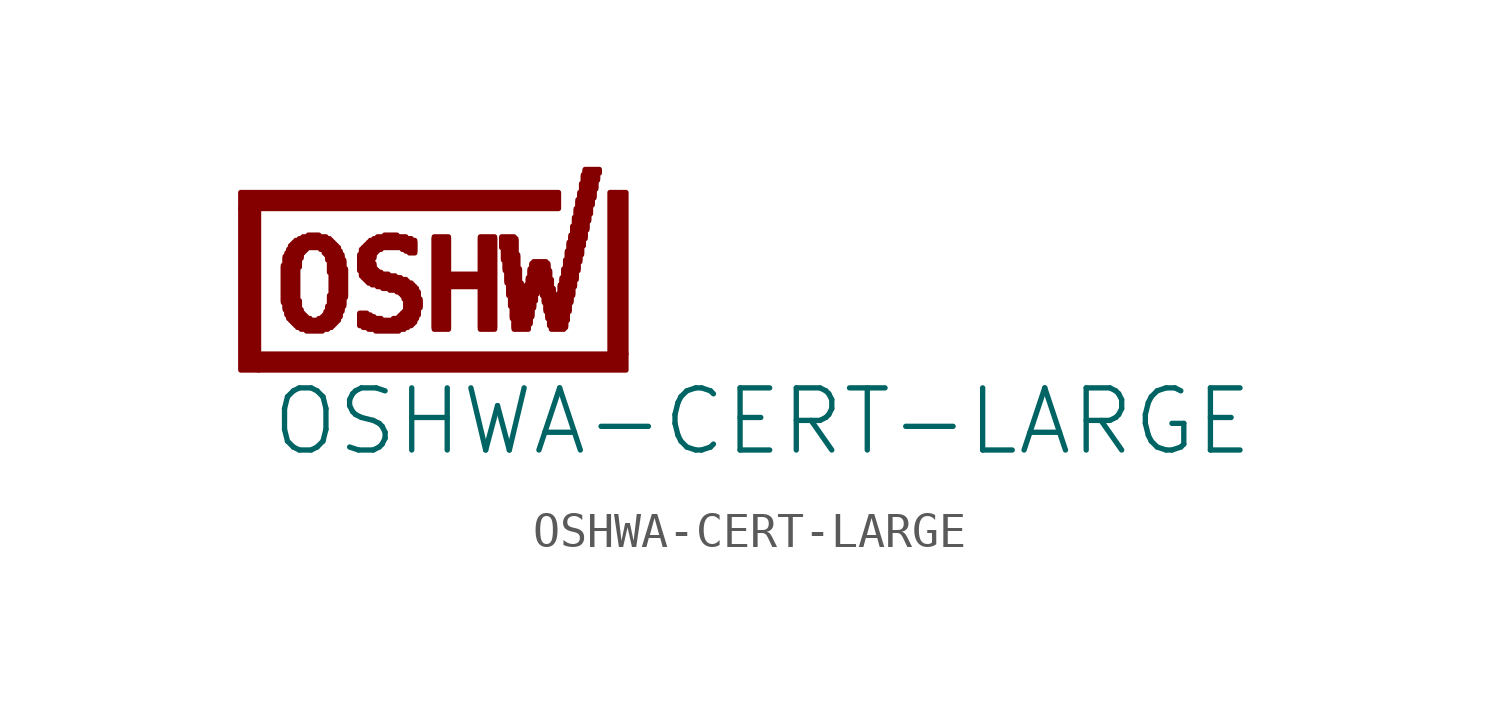
<source format=kicad_sym>
(kicad_symbol_lib
  (version 20211014)
  (generator kicad_symbol_editor)
  (symbol "OSHWA-CERT-LARGE"
    (property "Reference" "LABEL"
      (at 0 0 0)
      (effects (font (size 1.27 1.27)) hide))
    (property "Value" "OSHWA-CERT-LARGE"
      (at -4.699 -2.54 0)
      (effects (font (size 1.778 1.778)) (justify left bottom)))
    (property "ki_locked" ""
      (at 0 0 0)
      (effects (font (size 1.27 1.27))))
    (symbol "OSHWA-CERT-LARGE_1_0"
      (rectangle (start -5.512 -0.025) (end -5.004 4.597) (stroke (width 0) (type default) (color 0 0 0 0)) (fill (type outline)))
      (rectangle (start -5.512 4.597) (end 3.581 5.055) (stroke (width 0) (type default) (color 0 0 0 0)) (fill (type outline)))
      (rectangle (start -5.004 -0.025) (end 5.512 0.432) (stroke (width 0) (type default) (color 0 0 0 0)) (fill (type outline)))
      (rectangle (start -4.293 1.905) (end -3.835 1.956) (stroke (width 0) (type default) (color 0 0 0 0)) (fill (type outline)))
      (rectangle (start -4.293 1.956) (end -3.886 2.007) (stroke (width 0) (type default) (color 0 0 0 0)) (fill (type outline)))
      (rectangle (start -4.293 2.007) (end -3.886 2.057) (stroke (width 0) (type default) (color 0 0 0 0)) (fill (type outline)))
      (rectangle (start -4.293 2.057) (end -3.886 2.108) (stroke (width 0) (type default) (color 0 0 0 0)) (fill (type outline)))
      (rectangle (start -4.293 2.108) (end -3.886 2.159) (stroke (width 0) (type default) (color 0 0 0 0)) (fill (type outline)))
      (rectangle (start -4.293 2.159) (end -3.886 2.21) (stroke (width 0) (type default) (color 0 0 0 0)) (fill (type outline)))
      (rectangle (start -4.293 2.21) (end -3.886 2.261) (stroke (width 0) (type default) (color 0 0 0 0)) (fill (type outline)))
      (rectangle (start -4.293 2.261) (end -3.886 2.311) (stroke (width 0) (type default) (color 0 0 0 0)) (fill (type outline)))
      (rectangle (start -4.293 2.311) (end -3.886 2.362) (stroke (width 0) (type default) (color 0 0 0 0)) (fill (type outline)))
      (rectangle (start -4.293 2.362) (end -3.886 2.413) (stroke (width 0) (type default) (color 0 0 0 0)) (fill (type outline)))
      (rectangle (start -4.293 2.413) (end -3.886 2.464) (stroke (width 0) (type default) (color 0 0 0 0)) (fill (type outline)))
      (rectangle (start -4.293 2.464) (end -3.886 2.515) (stroke (width 0) (type default) (color 0 0 0 0)) (fill (type outline)))
      (rectangle (start -4.293 2.515) (end -3.886 2.565) (stroke (width 0) (type default) (color 0 0 0 0)) (fill (type outline)))
      (rectangle (start -4.293 2.565) (end -3.886 2.616) (stroke (width 0) (type default) (color 0 0 0 0)) (fill (type outline)))
      (rectangle (start -4.293 2.616) (end -3.886 2.667) (stroke (width 0) (type default) (color 0 0 0 0)) (fill (type outline)))
      (rectangle (start -4.293 2.667) (end -3.886 2.718) (stroke (width 0) (type default) (color 0 0 0 0)) (fill (type outline)))
      (rectangle (start -4.293 2.718) (end -3.886 2.769) (stroke (width 0) (type default) (color 0 0 0 0)) (fill (type outline)))
      (rectangle (start -4.293 2.769) (end -3.886 2.819) (stroke (width 0) (type default) (color 0 0 0 0)) (fill (type outline)))
      (rectangle (start -4.293 2.819) (end -3.886 2.87) (stroke (width 0) (type default) (color 0 0 0 0)) (fill (type outline)))
      (rectangle (start -4.293 2.87) (end -3.886 2.921) (stroke (width 0) (type default) (color 0 0 0 0)) (fill (type outline)))
      (rectangle (start -4.293 2.921) (end -3.835 2.972) (stroke (width 0) (type default) (color 0 0 0 0)) (fill (type outline)))
      (rectangle (start -4.242 1.702) (end -3.835 1.753) (stroke (width 0) (type default) (color 0 0 0 0)) (fill (type outline)))
      (rectangle (start -4.242 1.753) (end -3.835 1.803) (stroke (width 0) (type default) (color 0 0 0 0)) (fill (type outline)))
      (rectangle (start -4.242 1.803) (end -3.835 1.854) (stroke (width 0) (type default) (color 0 0 0 0)) (fill (type outline)))
      (rectangle (start -4.242 1.854) (end -3.835 1.905) (stroke (width 0) (type default) (color 0 0 0 0)) (fill (type outline)))
      (rectangle (start -4.242 2.972) (end -3.835 3.023) (stroke (width 0) (type default) (color 0 0 0 0)) (fill (type outline)))
      (rectangle (start -4.242 3.023) (end -3.835 3.073) (stroke (width 0) (type default) (color 0 0 0 0)) (fill (type outline)))
      (rectangle (start -4.242 3.073) (end -3.835 3.124) (stroke (width 0) (type default) (color 0 0 0 0)) (fill (type outline)))
      (rectangle (start -4.242 3.124) (end -3.835 3.175) (stroke (width 0) (type default) (color 0 0 0 0)) (fill (type outline)))
      (rectangle (start -4.242 3.175) (end -3.785 3.226) (stroke (width 0) (type default) (color 0 0 0 0)) (fill (type outline)))
      (rectangle (start -4.191 1.549) (end -3.734 1.6) (stroke (width 0) (type default) (color 0 0 0 0)) (fill (type outline)))
      (rectangle (start -4.191 1.6) (end -3.785 1.651) (stroke (width 0) (type default) (color 0 0 0 0)) (fill (type outline)))
      (rectangle (start -4.191 1.651) (end -3.785 1.702) (stroke (width 0) (type default) (color 0 0 0 0)) (fill (type outline)))
      (rectangle (start -4.191 3.226) (end -3.785 3.277) (stroke (width 0) (type default) (color 0 0 0 0)) (fill (type outline)))
      (rectangle (start -4.191 3.277) (end -3.785 3.327) (stroke (width 0) (type default) (color 0 0 0 0)) (fill (type outline)))
      (rectangle (start -4.14 1.448) (end -3.632 1.499) (stroke (width 0) (type default) (color 0 0 0 0)) (fill (type outline)))
      (rectangle (start -4.14 1.499) (end -3.683 1.549) (stroke (width 0) (type default) (color 0 0 0 0)) (fill (type outline)))
      (rectangle (start -4.14 3.327) (end -3.734 3.378) (stroke (width 0) (type default) (color 0 0 0 0)) (fill (type outline)))
      (rectangle (start -4.14 3.378) (end -3.683 3.429) (stroke (width 0) (type default) (color 0 0 0 0)) (fill (type outline)))
      (rectangle (start -4.089 1.397) (end -3.531 1.448) (stroke (width 0) (type default) (color 0 0 0 0)) (fill (type outline)))
      (rectangle (start -4.089 3.429) (end -3.632 3.48) (stroke (width 0) (type default) (color 0 0 0 0)) (fill (type outline)))
      (rectangle (start -4.089 3.48) (end -2.769 3.531) (stroke (width 0) (type default) (color 0 0 0 0)) (fill (type outline)))
      (rectangle (start -4.039 1.346) (end -2.769 1.397) (stroke (width 0) (type default) (color 0 0 0 0)) (fill (type outline)))
      (rectangle (start -4.039 3.531) (end -2.819 3.581) (stroke (width 0) (type default) (color 0 0 0 0)) (fill (type outline)))
      (rectangle (start -3.988 1.295) (end -2.819 1.346) (stroke (width 0) (type default) (color 0 0 0 0)) (fill (type outline)))
      (rectangle (start -3.988 3.581) (end -2.87 3.632) (stroke (width 0) (type default) (color 0 0 0 0)) (fill (type outline)))
      (rectangle (start -3.937 1.245) (end -2.87 1.295) (stroke (width 0) (type default) (color 0 0 0 0)) (fill (type outline)))
      (rectangle (start -3.937 3.632) (end -2.921 3.683) (stroke (width 0) (type default) (color 0 0 0 0)) (fill (type outline)))
      (rectangle (start -3.886 1.194) (end -2.921 1.245) (stroke (width 0) (type default) (color 0 0 0 0)) (fill (type outline)))
      (rectangle (start -3.835 3.683) (end -2.972 3.734) (stroke (width 0) (type default) (color 0 0 0 0)) (fill (type outline)))
      (rectangle (start -3.785 1.143) (end -3.023 1.194) (stroke (width 0) (type default) (color 0 0 0 0)) (fill (type outline)))
      (rectangle (start -3.734 3.734) (end -3.073 3.785) (stroke (width 0) (type default) (color 0 0 0 0)) (fill (type outline)))
      (rectangle (start -3.632 1.092) (end -3.175 1.143) (stroke (width 0) (type default) (color 0 0 0 0)) (fill (type outline)))
      (rectangle (start -3.581 3.785) (end -3.277 3.835) (stroke (width 0) (type default) (color 0 0 0 0)) (fill (type outline)))
      (rectangle (start -3.277 1.397) (end -2.718 1.448) (stroke (width 0) (type default) (color 0 0 0 0)) (fill (type outline)))
      (rectangle (start -3.226 3.429) (end -2.718 3.48) (stroke (width 0) (type default) (color 0 0 0 0)) (fill (type outline)))
      (rectangle (start -3.175 1.448) (end -2.718 1.499) (stroke (width 0) (type default) (color 0 0 0 0)) (fill (type outline)))
      (rectangle (start -3.124 1.499) (end -2.667 1.549) (stroke (width 0) (type default) (color 0 0 0 0)) (fill (type outline)))
      (rectangle (start -3.124 3.327) (end -2.667 3.378) (stroke (width 0) (type default) (color 0 0 0 0)) (fill (type outline)))
      (rectangle (start -3.124 3.378) (end -2.718 3.429) (stroke (width 0) (type default) (color 0 0 0 0)) (fill (type outline)))
      (rectangle (start -3.073 1.549) (end -2.667 1.6) (stroke (width 0) (type default) (color 0 0 0 0)) (fill (type outline)))
      (rectangle (start -3.073 1.6) (end -2.667 1.651) (stroke (width 0) (type default) (color 0 0 0 0)) (fill (type outline)))
      (rectangle (start -3.073 3.277) (end -2.667 3.327) (stroke (width 0) (type default) (color 0 0 0 0)) (fill (type outline)))
      (rectangle (start -3.023 1.651) (end -2.616 1.702) (stroke (width 0) (type default) (color 0 0 0 0)) (fill (type outline)))
      (rectangle (start -3.023 1.702) (end -2.616 1.753) (stroke (width 0) (type default) (color 0 0 0 0)) (fill (type outline)))
      (rectangle (start -3.023 1.753) (end -2.616 1.803) (stroke (width 0) (type default) (color 0 0 0 0)) (fill (type outline)))
      (rectangle (start -3.023 3.124) (end -2.616 3.175) (stroke (width 0) (type default) (color 0 0 0 0)) (fill (type outline)))
      (rectangle (start -3.023 3.175) (end -2.616 3.226) (stroke (width 0) (type default) (color 0 0 0 0)) (fill (type outline)))
      (rectangle (start -3.023 3.226) (end -2.616 3.277) (stroke (width 0) (type default) (color 0 0 0 0)) (fill (type outline)))
      (rectangle (start -2.972 1.803) (end -2.565 1.854) (stroke (width 0) (type default) (color 0 0 0 0)) (fill (type outline)))
      (rectangle (start -2.972 1.854) (end -2.565 1.905) (stroke (width 0) (type default) (color 0 0 0 0)) (fill (type outline)))
      (rectangle (start -2.972 1.905) (end -2.565 1.956) (stroke (width 0) (type default) (color 0 0 0 0)) (fill (type outline)))
      (rectangle (start -2.972 1.956) (end -2.565 2.007) (stroke (width 0) (type default) (color 0 0 0 0)) (fill (type outline)))
      (rectangle (start -2.972 2.007) (end -2.565 2.057) (stroke (width 0) (type default) (color 0 0 0 0)) (fill (type outline)))
      (rectangle (start -2.972 2.057) (end -2.515 2.108) (stroke (width 0) (type default) (color 0 0 0 0)) (fill (type outline)))
      (rectangle (start -2.972 2.769) (end -2.515 2.819) (stroke (width 0) (type default) (color 0 0 0 0)) (fill (type outline)))
      (rectangle (start -2.972 2.819) (end -2.515 2.87) (stroke (width 0) (type default) (color 0 0 0 0)) (fill (type outline)))
      (rectangle (start -2.972 2.87) (end -2.565 2.921) (stroke (width 0) (type default) (color 0 0 0 0)) (fill (type outline)))
      (rectangle (start -2.972 2.921) (end -2.565 2.972) (stroke (width 0) (type default) (color 0 0 0 0)) (fill (type outline)))
      (rectangle (start -2.972 2.972) (end -2.565 3.023) (stroke (width 0) (type default) (color 0 0 0 0)) (fill (type outline)))
      (rectangle (start -2.972 3.023) (end -2.565 3.073) (stroke (width 0) (type default) (color 0 0 0 0)) (fill (type outline)))
      (rectangle (start -2.972 3.073) (end -2.565 3.124) (stroke (width 0) (type default) (color 0 0 0 0)) (fill (type outline)))
      (rectangle (start -2.921 2.108) (end -2.515 2.159) (stroke (width 0) (type default) (color 0 0 0 0)) (fill (type outline)))
      (rectangle (start -2.921 2.159) (end -2.515 2.21) (stroke (width 0) (type default) (color 0 0 0 0)) (fill (type outline)))
      (rectangle (start -2.921 2.21) (end -2.515 2.261) (stroke (width 0) (type default) (color 0 0 0 0)) (fill (type outline)))
      (rectangle (start -2.921 2.261) (end -2.515 2.311) (stroke (width 0) (type default) (color 0 0 0 0)) (fill (type outline)))
      (rectangle (start -2.921 2.311) (end -2.515 2.362) (stroke (width 0) (type default) (color 0 0 0 0)) (fill (type outline)))
      (rectangle (start -2.921 2.362) (end -2.515 2.413) (stroke (width 0) (type default) (color 0 0 0 0)) (fill (type outline)))
      (rectangle (start -2.921 2.413) (end -2.515 2.464) (stroke (width 0) (type default) (color 0 0 0 0)) (fill (type outline)))
      (rectangle (start -2.921 2.464) (end -2.515 2.515) (stroke (width 0) (type default) (color 0 0 0 0)) (fill (type outline)))
      (rectangle (start -2.921 2.515) (end -2.515 2.565) (stroke (width 0) (type default) (color 0 0 0 0)) (fill (type outline)))
      (rectangle (start -2.921 2.565) (end -2.515 2.616) (stroke (width 0) (type default) (color 0 0 0 0)) (fill (type outline)))
      (rectangle (start -2.921 2.616) (end -2.515 2.667) (stroke (width 0) (type default) (color 0 0 0 0)) (fill (type outline)))
      (rectangle (start -2.921 2.667) (end -2.515 2.718) (stroke (width 0) (type default) (color 0 0 0 0)) (fill (type outline)))
      (rectangle (start -2.921 2.718) (end -2.515 2.769) (stroke (width 0) (type default) (color 0 0 0 0)) (fill (type outline)))
      (rectangle (start -2.108 1.245) (end -0.635 1.295) (stroke (width 0) (type default) (color 0 0 0 0)) (fill (type outline)))
      (rectangle (start -2.108 1.295) (end -0.584 1.346) (stroke (width 0) (type default) (color 0 0 0 0)) (fill (type outline)))
      (rectangle (start -2.108 1.346) (end -0.533 1.397) (stroke (width 0) (type default) (color 0 0 0 0)) (fill (type outline)))
      (rectangle (start -2.108 1.397) (end -1.499 1.448) (stroke (width 0) (type default) (color 0 0 0 0)) (fill (type outline)))
      (rectangle (start -2.108 1.448) (end -1.702 1.499) (stroke (width 0) (type default) (color 0 0 0 0)) (fill (type outline)))
      (rectangle (start -2.108 1.499) (end -1.803 1.549) (stroke (width 0) (type default) (color 0 0 0 0)) (fill (type outline)))
      (rectangle (start -2.108 1.549) (end -1.905 1.6) (stroke (width 0) (type default) (color 0 0 0 0)) (fill (type outline)))
      (rectangle (start -2.108 2.819) (end -1.651 2.87) (stroke (width 0) (type default) (color 0 0 0 0)) (fill (type outline)))
      (rectangle (start -2.108 2.87) (end -1.702 2.921) (stroke (width 0) (type default) (color 0 0 0 0)) (fill (type outline)))
      (rectangle (start -2.108 2.921) (end -1.702 2.972) (stroke (width 0) (type default) (color 0 0 0 0)) (fill (type outline)))
      (rectangle (start -2.108 2.972) (end -1.702 3.023) (stroke (width 0) (type default) (color 0 0 0 0)) (fill (type outline)))
      (rectangle (start -2.108 3.023) (end -1.753 3.073) (stroke (width 0) (type default) (color 0 0 0 0)) (fill (type outline)))
      (rectangle (start -2.108 3.073) (end -1.753 3.124) (stroke (width 0) (type default) (color 0 0 0 0)) (fill (type outline)))
      (rectangle (start -2.108 3.124) (end -1.753 3.175) (stroke (width 0) (type default) (color 0 0 0 0)) (fill (type outline)))
      (rectangle (start -2.108 3.175) (end -1.702 3.226) (stroke (width 0) (type default) (color 0 0 0 0)) (fill (type outline)))
      (rectangle (start -2.108 3.226) (end -1.702 3.277) (stroke (width 0) (type default) (color 0 0 0 0)) (fill (type outline)))
      (rectangle (start -2.057 2.667) (end -1.295 2.718) (stroke (width 0) (type default) (color 0 0 0 0)) (fill (type outline)))
      (rectangle (start -2.057 2.718) (end -1.499 2.769) (stroke (width 0) (type default) (color 0 0 0 0)) (fill (type outline)))
      (rectangle (start -2.057 2.769) (end -1.6 2.819) (stroke (width 0) (type default) (color 0 0 0 0)) (fill (type outline)))
      (rectangle (start -2.057 3.277) (end -1.702 3.327) (stroke (width 0) (type default) (color 0 0 0 0)) (fill (type outline)))
      (rectangle (start -2.057 3.327) (end -1.651 3.378) (stroke (width 0) (type default) (color 0 0 0 0)) (fill (type outline)))
      (rectangle (start -2.057 3.378) (end -1.6 3.429) (stroke (width 0) (type default) (color 0 0 0 0)) (fill (type outline)))
      (rectangle (start -2.007 1.194) (end -0.737 1.245) (stroke (width 0) (type default) (color 0 0 0 0)) (fill (type outline)))
      (rectangle (start -2.007 2.616) (end -1.092 2.667) (stroke (width 0) (type default) (color 0 0 0 0)) (fill (type outline)))
      (rectangle (start -2.007 3.429) (end -1.499 3.48) (stroke (width 0) (type default) (color 0 0 0 0)) (fill (type outline)))
      (rectangle (start -1.956 2.565) (end -0.94 2.616) (stroke (width 0) (type default) (color 0 0 0 0)) (fill (type outline)))
      (rectangle (start -1.956 3.48) (end -0.533 3.531) (stroke (width 0) (type default) (color 0 0 0 0)) (fill (type outline)))
      (rectangle (start -1.905 2.515) (end -0.787 2.565) (stroke (width 0) (type default) (color 0 0 0 0)) (fill (type outline)))
      (rectangle (start -1.905 3.531) (end -0.533 3.581) (stroke (width 0) (type default) (color 0 0 0 0)) (fill (type outline)))
      (rectangle (start -1.854 1.143) (end -0.838 1.194) (stroke (width 0) (type default) (color 0 0 0 0)) (fill (type outline)))
      (rectangle (start -1.854 2.464) (end -0.737 2.515) (stroke (width 0) (type default) (color 0 0 0 0)) (fill (type outline)))
      (rectangle (start -1.854 3.581) (end -0.533 3.632) (stroke (width 0) (type default) (color 0 0 0 0)) (fill (type outline)))
      (rectangle (start -1.803 3.632) (end -0.533 3.683) (stroke (width 0) (type default) (color 0 0 0 0)) (fill (type outline)))
      (rectangle (start -1.753 2.413) (end -0.635 2.464) (stroke (width 0) (type default) (color 0 0 0 0)) (fill (type outline)))
      (rectangle (start -1.702 3.683) (end -0.635 3.734) (stroke (width 0) (type default) (color 0 0 0 0)) (fill (type outline)))
      (rectangle (start -1.651 1.092) (end -0.991 1.143) (stroke (width 0) (type default) (color 0 0 0 0)) (fill (type outline)))
      (rectangle (start -1.6 2.362) (end -0.584 2.413) (stroke (width 0) (type default) (color 0 0 0 0)) (fill (type outline)))
      (rectangle (start -1.6 3.734) (end -0.787 3.785) (stroke (width 0) (type default) (color 0 0 0 0)) (fill (type outline)))
      (rectangle (start -1.448 2.311) (end -0.533 2.362) (stroke (width 0) (type default) (color 0 0 0 0)) (fill (type outline)))
      (rectangle (start -1.397 3.785) (end -1.041 3.835) (stroke (width 0) (type default) (color 0 0 0 0)) (fill (type outline)))
      (rectangle (start -1.245 2.261) (end -0.483 2.311) (stroke (width 0) (type default) (color 0 0 0 0)) (fill (type outline)))
      (rectangle (start -1.143 1.397) (end -0.533 1.448) (stroke (width 0) (type default) (color 0 0 0 0)) (fill (type outline)))
      (rectangle (start -1.041 2.21) (end -0.483 2.261) (stroke (width 0) (type default) (color 0 0 0 0)) (fill (type outline)))
      (rectangle (start -0.991 1.448) (end -0.483 1.499) (stroke (width 0) (type default) (color 0 0 0 0)) (fill (type outline)))
      (rectangle (start -0.94 1.499) (end -0.483 1.549) (stroke (width 0) (type default) (color 0 0 0 0)) (fill (type outline)))
      (rectangle (start -0.94 2.159) (end -0.432 2.21) (stroke (width 0) (type default) (color 0 0 0 0)) (fill (type outline)))
      (rectangle (start -0.889 1.549) (end -0.432 1.6) (stroke (width 0) (type default) (color 0 0 0 0)) (fill (type outline)))
      (rectangle (start -0.889 2.108) (end -0.432 2.159) (stroke (width 0) (type default) (color 0 0 0 0)) (fill (type outline)))
      (rectangle (start -0.889 3.429) (end -0.533 3.48) (stroke (width 0) (type default) (color 0 0 0 0)) (fill (type outline)))
      (rectangle (start -0.838 1.6) (end -0.432 1.651) (stroke (width 0) (type default) (color 0 0 0 0)) (fill (type outline)))
      (rectangle (start -0.838 2.007) (end -0.432 2.057) (stroke (width 0) (type default) (color 0 0 0 0)) (fill (type outline)))
      (rectangle (start -0.838 2.057) (end -0.432 2.108) (stroke (width 0) (type default) (color 0 0 0 0)) (fill (type outline)))
      (rectangle (start -0.787 1.651) (end -0.432 1.702) (stroke (width 0) (type default) (color 0 0 0 0)) (fill (type outline)))
      (rectangle (start -0.787 1.702) (end -0.432 1.753) (stroke (width 0) (type default) (color 0 0 0 0)) (fill (type outline)))
      (rectangle (start -0.787 1.753) (end -0.381 1.803) (stroke (width 0) (type default) (color 0 0 0 0)) (fill (type outline)))
      (rectangle (start -0.787 1.803) (end -0.381 1.854) (stroke (width 0) (type default) (color 0 0 0 0)) (fill (type outline)))
      (rectangle (start -0.787 1.854) (end -0.381 1.905) (stroke (width 0) (type default) (color 0 0 0 0)) (fill (type outline)))
      (rectangle (start -0.787 1.905) (end -0.381 1.956) (stroke (width 0) (type default) (color 0 0 0 0)) (fill (type outline)))
      (rectangle (start -0.787 1.956) (end -0.381 2.007) (stroke (width 0) (type default) (color 0 0 0 0)) (fill (type outline)))
      (rectangle (start -0.787 3.378) (end -0.533 3.429) (stroke (width 0) (type default) (color 0 0 0 0)) (fill (type outline)))
      (rectangle (start -0.686 3.327) (end -0.533 3.378) (stroke (width 0) (type default) (color 0 0 0 0)) (fill (type outline)))
      (rectangle (start 0.025 1.143) (end 0.432 1.194) (stroke (width 0) (type default) (color 0 0 0 0)) (fill (type outline)))
      (rectangle (start 0.025 1.194) (end 0.432 1.245) (stroke (width 0) (type default) (color 0 0 0 0)) (fill (type outline)))
      (rectangle (start 0.025 1.245) (end 0.432 1.295) (stroke (width 0) (type default) (color 0 0 0 0)) (fill (type outline)))
      (rectangle (start 0.025 1.295) (end 0.432 1.346) (stroke (width 0) (type default) (color 0 0 0 0)) (fill (type outline)))
      (rectangle (start 0.025 1.346) (end 0.432 1.397) (stroke (width 0) (type default) (color 0 0 0 0)) (fill (type outline)))
      (rectangle (start 0.025 1.397) (end 0.432 1.448) (stroke (width 0) (type default) (color 0 0 0 0)) (fill (type outline)))
      (rectangle (start 0.025 1.448) (end 0.432 1.499) (stroke (width 0) (type default) (color 0 0 0 0)) (fill (type outline)))
      (rectangle (start 0.025 1.499) (end 0.432 1.549) (stroke (width 0) (type default) (color 0 0 0 0)) (fill (type outline)))
      (rectangle (start 0.025 1.549) (end 0.432 1.6) (stroke (width 0) (type default) (color 0 0 0 0)) (fill (type outline)))
      (rectangle (start 0.025 1.6) (end 0.432 1.651) (stroke (width 0) (type default) (color 0 0 0 0)) (fill (type outline)))
      (rectangle (start 0.025 1.651) (end 0.432 1.702) (stroke (width 0) (type default) (color 0 0 0 0)) (fill (type outline)))
      (rectangle (start 0.025 1.702) (end 0.432 1.753) (stroke (width 0) (type default) (color 0 0 0 0)) (fill (type outline)))
      (rectangle (start 0.025 1.753) (end 0.432 1.803) (stroke (width 0) (type default) (color 0 0 0 0)) (fill (type outline)))
      (rectangle (start 0.025 1.803) (end 0.432 1.854) (stroke (width 0) (type default) (color 0 0 0 0)) (fill (type outline)))
      (rectangle (start 0.025 1.854) (end 0.432 1.905) (stroke (width 0) (type default) (color 0 0 0 0)) (fill (type outline)))
      (rectangle (start 0.025 1.905) (end 0.432 1.956) (stroke (width 0) (type default) (color 0 0 0 0)) (fill (type outline)))
      (rectangle (start 0.025 1.956) (end 0.432 2.007) (stroke (width 0) (type default) (color 0 0 0 0)) (fill (type outline)))
      (rectangle (start 0.025 2.007) (end 0.432 2.057) (stroke (width 0) (type default) (color 0 0 0 0)) (fill (type outline)))
      (rectangle (start 0.025 2.057) (end 0.432 2.108) (stroke (width 0) (type default) (color 0 0 0 0)) (fill (type outline)))
      (rectangle (start 0.025 2.108) (end 0.432 2.159) (stroke (width 0) (type default) (color 0 0 0 0)) (fill (type outline)))
      (rectangle (start 0.025 2.159) (end 0.432 2.21) (stroke (width 0) (type default) (color 0 0 0 0)) (fill (type outline)))
      (rectangle (start 0.025 2.21) (end 0.432 2.261) (stroke (width 0) (type default) (color 0 0 0 0)) (fill (type outline)))
      (rectangle (start 0.025 2.261) (end 0.432 2.311) (stroke (width 0) (type default) (color 0 0 0 0)) (fill (type outline)))
      (rectangle (start 0.025 2.311) (end 0.432 2.362) (stroke (width 0) (type default) (color 0 0 0 0)) (fill (type outline)))
      (rectangle (start 0.025 2.362) (end 1.753 2.413) (stroke (width 0) (type default) (color 0 0 0 0)) (fill (type outline)))
      (rectangle (start 0.025 2.413) (end 1.753 2.464) (stroke (width 0) (type default) (color 0 0 0 0)) (fill (type outline)))
      (rectangle (start 0.025 2.464) (end 1.753 2.515) (stroke (width 0) (type default) (color 0 0 0 0)) (fill (type outline)))
      (rectangle (start 0.025 2.515) (end 1.753 2.565) (stroke (width 0) (type default) (color 0 0 0 0)) (fill (type outline)))
      (rectangle (start 0.025 2.565) (end 1.753 2.616) (stroke (width 0) (type default) (color 0 0 0 0)) (fill (type outline)))
      (rectangle (start 0.025 2.616) (end 1.753 2.667) (stroke (width 0) (type default) (color 0 0 0 0)) (fill (type outline)))
      (rectangle (start 0.025 2.667) (end 1.753 2.718) (stroke (width 0) (type default) (color 0 0 0 0)) (fill (type outline)))
      (rectangle (start 0.025 2.718) (end 0.432 2.769) (stroke (width 0) (type default) (color 0 0 0 0)) (fill (type outline)))
      (rectangle (start 0.025 2.769) (end 0.432 2.819) (stroke (width 0) (type default) (color 0 0 0 0)) (fill (type outline)))
      (rectangle (start 0.025 2.819) (end 0.432 2.87) (stroke (width 0) (type default) (color 0 0 0 0)) (fill (type outline)))
      (rectangle (start 0.025 2.87) (end 0.432 2.921) (stroke (width 0) (type default) (color 0 0 0 0)) (fill (type outline)))
      (rectangle (start 0.025 2.921) (end 0.432 2.972) (stroke (width 0) (type default) (color 0 0 0 0)) (fill (type outline)))
      (rectangle (start 0.025 2.972) (end 0.432 3.023) (stroke (width 0) (type default) (color 0 0 0 0)) (fill (type outline)))
      (rectangle (start 0.025 3.023) (end 0.432 3.073) (stroke (width 0) (type default) (color 0 0 0 0)) (fill (type outline)))
      (rectangle (start 0.025 3.073) (end 0.432 3.124) (stroke (width 0) (type default) (color 0 0 0 0)) (fill (type outline)))
      (rectangle (start 0.025 3.124) (end 0.432 3.175) (stroke (width 0) (type default) (color 0 0 0 0)) (fill (type outline)))
      (rectangle (start 0.025 3.175) (end 0.432 3.226) (stroke (width 0) (type default) (color 0 0 0 0)) (fill (type outline)))
      (rectangle (start 0.025 3.226) (end 0.432 3.277) (stroke (width 0) (type default) (color 0 0 0 0)) (fill (type outline)))
      (rectangle (start 0.025 3.277) (end 0.432 3.327) (stroke (width 0) (type default) (color 0 0 0 0)) (fill (type outline)))
      (rectangle (start 0.025 3.327) (end 0.432 3.378) (stroke (width 0) (type default) (color 0 0 0 0)) (fill (type outline)))
      (rectangle (start 0.025 3.378) (end 0.432 3.429) (stroke (width 0) (type default) (color 0 0 0 0)) (fill (type outline)))
      (rectangle (start 0.025 3.429) (end 0.432 3.48) (stroke (width 0) (type default) (color 0 0 0 0)) (fill (type outline)))
      (rectangle (start 0.025 3.48) (end 0.432 3.531) (stroke (width 0) (type default) (color 0 0 0 0)) (fill (type outline)))
      (rectangle (start 0.025 3.531) (end 0.432 3.581) (stroke (width 0) (type default) (color 0 0 0 0)) (fill (type outline)))
      (rectangle (start 0.025 3.581) (end 0.432 3.632) (stroke (width 0) (type default) (color 0 0 0 0)) (fill (type outline)))
      (rectangle (start 0.025 3.632) (end 0.432 3.683) (stroke (width 0) (type default) (color 0 0 0 0)) (fill (type outline)))
      (rectangle (start 0.025 3.683) (end 0.432 3.734) (stroke (width 0) (type default) (color 0 0 0 0)) (fill (type outline)))
      (rectangle (start 0.025 3.734) (end 0.432 3.785) (stroke (width 0) (type default) (color 0 0 0 0)) (fill (type outline)))
      (rectangle (start 1.346 1.143) (end 1.753 1.194) (stroke (width 0) (type default) (color 0 0 0 0)) (fill (type outline)))
      (rectangle (start 1.346 1.194) (end 1.753 1.245) (stroke (width 0) (type default) (color 0 0 0 0)) (fill (type outline)))
      (rectangle (start 1.346 1.245) (end 1.753 1.295) (stroke (width 0) (type default) (color 0 0 0 0)) (fill (type outline)))
      (rectangle (start 1.346 1.295) (end 1.753 1.346) (stroke (width 0) (type default) (color 0 0 0 0)) (fill (type outline)))
      (rectangle (start 1.346 1.346) (end 1.753 1.397) (stroke (width 0) (type default) (color 0 0 0 0)) (fill (type outline)))
      (rectangle (start 1.346 1.397) (end 1.753 1.448) (stroke (width 0) (type default) (color 0 0 0 0)) (fill (type outline)))
      (rectangle (start 1.346 1.448) (end 1.753 1.499) (stroke (width 0) (type default) (color 0 0 0 0)) (fill (type outline)))
      (rectangle (start 1.346 1.499) (end 1.753 1.549) (stroke (width 0) (type default) (color 0 0 0 0)) (fill (type outline)))
      (rectangle (start 1.346 1.549) (end 1.753 1.6) (stroke (width 0) (type default) (color 0 0 0 0)) (fill (type outline)))
      (rectangle (start 1.346 1.6) (end 1.753 1.651) (stroke (width 0) (type default) (color 0 0 0 0)) (fill (type outline)))
      (rectangle (start 1.346 1.651) (end 1.753 1.702) (stroke (width 0) (type default) (color 0 0 0 0)) (fill (type outline)))
      (rectangle (start 1.346 1.702) (end 1.753 1.753) (stroke (width 0) (type default) (color 0 0 0 0)) (fill (type outline)))
      (rectangle (start 1.346 1.753) (end 1.753 1.803) (stroke (width 0) (type default) (color 0 0 0 0)) (fill (type outline)))
      (rectangle (start 1.346 1.803) (end 1.753 1.854) (stroke (width 0) (type default) (color 0 0 0 0)) (fill (type outline)))
      (rectangle (start 1.346 1.854) (end 1.753 1.905) (stroke (width 0) (type default) (color 0 0 0 0)) (fill (type outline)))
      (rectangle (start 1.346 1.905) (end 1.753 1.956) (stroke (width 0) (type default) (color 0 0 0 0)) (fill (type outline)))
      (rectangle (start 1.346 1.956) (end 1.753 2.007) (stroke (width 0) (type default) (color 0 0 0 0)) (fill (type outline)))
      (rectangle (start 1.346 2.007) (end 1.753 2.057) (stroke (width 0) (type default) (color 0 0 0 0)) (fill (type outline)))
      (rectangle (start 1.346 2.057) (end 1.753 2.108) (stroke (width 0) (type default) (color 0 0 0 0)) (fill (type outline)))
      (rectangle (start 1.346 2.108) (end 1.753 2.159) (stroke (width 0) (type default) (color 0 0 0 0)) (fill (type outline)))
      (rectangle (start 1.346 2.159) (end 1.753 2.21) (stroke (width 0) (type default) (color 0 0 0 0)) (fill (type outline)))
      (rectangle (start 1.346 2.21) (end 1.753 2.261) (stroke (width 0) (type default) (color 0 0 0 0)) (fill (type outline)))
      (rectangle (start 1.346 2.261) (end 1.753 2.311) (stroke (width 0) (type default) (color 0 0 0 0)) (fill (type outline)))
      (rectangle (start 1.346 2.311) (end 1.753 2.362) (stroke (width 0) (type default) (color 0 0 0 0)) (fill (type outline)))
      (rectangle (start 1.346 2.718) (end 1.753 2.769) (stroke (width 0) (type default) (color 0 0 0 0)) (fill (type outline)))
      (rectangle (start 1.346 2.769) (end 1.753 2.819) (stroke (width 0) (type default) (color 0 0 0 0)) (fill (type outline)))
      (rectangle (start 1.346 2.819) (end 1.753 2.87) (stroke (width 0) (type default) (color 0 0 0 0)) (fill (type outline)))
      (rectangle (start 1.346 2.87) (end 1.753 2.921) (stroke (width 0) (type default) (color 0 0 0 0)) (fill (type outline)))
      (rectangle (start 1.346 2.921) (end 1.753 2.972) (stroke (width 0) (type default) (color 0 0 0 0)) (fill (type outline)))
      (rectangle (start 1.346 2.972) (end 1.753 3.023) (stroke (width 0) (type default) (color 0 0 0 0)) (fill (type outline)))
      (rectangle (start 1.346 3.023) (end 1.753 3.073) (stroke (width 0) (type default) (color 0 0 0 0)) (fill (type outline)))
      (rectangle (start 1.346 3.073) (end 1.753 3.124) (stroke (width 0) (type default) (color 0 0 0 0)) (fill (type outline)))
      (rectangle (start 1.346 3.124) (end 1.753 3.175) (stroke (width 0) (type default) (color 0 0 0 0)) (fill (type outline)))
      (rectangle (start 1.346 3.175) (end 1.753 3.226) (stroke (width 0) (type default) (color 0 0 0 0)) (fill (type outline)))
      (rectangle (start 1.346 3.226) (end 1.753 3.277) (stroke (width 0) (type default) (color 0 0 0 0)) (fill (type outline)))
      (rectangle (start 1.346 3.277) (end 1.753 3.327) (stroke (width 0) (type default) (color 0 0 0 0)) (fill (type outline)))
      (rectangle (start 1.346 3.327) (end 1.753 3.378) (stroke (width 0) (type default) (color 0 0 0 0)) (fill (type outline)))
      (rectangle (start 1.346 3.378) (end 1.753 3.429) (stroke (width 0) (type default) (color 0 0 0 0)) (fill (type outline)))
      (rectangle (start 1.346 3.429) (end 1.753 3.48) (stroke (width 0) (type default) (color 0 0 0 0)) (fill (type outline)))
      (rectangle (start 1.346 3.48) (end 1.753 3.531) (stroke (width 0) (type default) (color 0 0 0 0)) (fill (type outline)))
      (rectangle (start 1.346 3.531) (end 1.753 3.581) (stroke (width 0) (type default) (color 0 0 0 0)) (fill (type outline)))
      (rectangle (start 1.346 3.581) (end 1.753 3.632) (stroke (width 0) (type default) (color 0 0 0 0)) (fill (type outline)))
      (rectangle (start 1.346 3.632) (end 1.753 3.683) (stroke (width 0) (type default) (color 0 0 0 0)) (fill (type outline)))
      (rectangle (start 1.346 3.683) (end 1.753 3.734) (stroke (width 0) (type default) (color 0 0 0 0)) (fill (type outline)))
      (rectangle (start 1.346 3.734) (end 1.753 3.785) (stroke (width 0) (type default) (color 0 0 0 0)) (fill (type outline)))
      (rectangle (start 1.956 3.48) (end 2.362 3.531) (stroke (width 0) (type default) (color 0 0 0 0)) (fill (type outline)))
      (rectangle (start 1.956 3.531) (end 2.362 3.581) (stroke (width 0) (type default) (color 0 0 0 0)) (fill (type outline)))
      (rectangle (start 1.956 3.581) (end 2.362 3.632) (stroke (width 0) (type default) (color 0 0 0 0)) (fill (type outline)))
      (rectangle (start 1.956 3.632) (end 2.362 3.683) (stroke (width 0) (type default) (color 0 0 0 0)) (fill (type outline)))
      (rectangle (start 1.956 3.683) (end 2.362 3.734) (stroke (width 0) (type default) (color 0 0 0 0)) (fill (type outline)))
      (rectangle (start 1.956 3.734) (end 2.311 3.785) (stroke (width 0) (type default) (color 0 0 0 0)) (fill (type outline)))
      (rectangle (start 2.007 3.124) (end 2.413 3.175) (stroke (width 0) (type default) (color 0 0 0 0)) (fill (type outline)))
      (rectangle (start 2.007 3.175) (end 2.413 3.226) (stroke (width 0) (type default) (color 0 0 0 0)) (fill (type outline)))
      (rectangle (start 2.007 3.226) (end 2.413 3.277) (stroke (width 0) (type default) (color 0 0 0 0)) (fill (type outline)))
      (rectangle (start 2.007 3.277) (end 2.362 3.327) (stroke (width 0) (type default) (color 0 0 0 0)) (fill (type outline)))
      (rectangle (start 2.007 3.327) (end 2.362 3.378) (stroke (width 0) (type default) (color 0 0 0 0)) (fill (type outline)))
      (rectangle (start 2.007 3.378) (end 2.362 3.429) (stroke (width 0) (type default) (color 0 0 0 0)) (fill (type outline)))
      (rectangle (start 2.007 3.429) (end 2.362 3.48) (stroke (width 0) (type default) (color 0 0 0 0)) (fill (type outline)))
      (rectangle (start 2.057 2.819) (end 2.464 2.87) (stroke (width 0) (type default) (color 0 0 0 0)) (fill (type outline)))
      (rectangle (start 2.057 2.87) (end 2.413 2.921) (stroke (width 0) (type default) (color 0 0 0 0)) (fill (type outline)))
      (rectangle (start 2.057 2.921) (end 2.413 2.972) (stroke (width 0) (type default) (color 0 0 0 0)) (fill (type outline)))
      (rectangle (start 2.057 2.972) (end 2.413 3.023) (stroke (width 0) (type default) (color 0 0 0 0)) (fill (type outline)))
      (rectangle (start 2.057 3.023) (end 2.413 3.073) (stroke (width 0) (type default) (color 0 0 0 0)) (fill (type outline)))
      (rectangle (start 2.057 3.073) (end 2.413 3.124) (stroke (width 0) (type default) (color 0 0 0 0)) (fill (type outline)))
      (rectangle (start 2.108 2.464) (end 2.464 2.515) (stroke (width 0) (type default) (color 0 0 0 0)) (fill (type outline)))
      (rectangle (start 2.108 2.515) (end 2.464 2.565) (stroke (width 0) (type default) (color 0 0 0 0)) (fill (type outline)))
      (rectangle (start 2.108 2.565) (end 2.464 2.616) (stroke (width 0) (type default) (color 0 0 0 0)) (fill (type outline)))
      (rectangle (start 2.108 2.616) (end 2.464 2.667) (stroke (width 0) (type default) (color 0 0 0 0)) (fill (type outline)))
      (rectangle (start 2.108 2.667) (end 2.464 2.718) (stroke (width 0) (type default) (color 0 0 0 0)) (fill (type outline)))
      (rectangle (start 2.108 2.718) (end 2.464 2.769) (stroke (width 0) (type default) (color 0 0 0 0)) (fill (type outline)))
      (rectangle (start 2.108 2.769) (end 2.464 2.819) (stroke (width 0) (type default) (color 0 0 0 0)) (fill (type outline)))
      (rectangle (start 2.159 2.108) (end 2.515 2.159) (stroke (width 0) (type default) (color 0 0 0 0)) (fill (type outline)))
      (rectangle (start 2.159 2.159) (end 2.515 2.21) (stroke (width 0) (type default) (color 0 0 0 0)) (fill (type outline)))
      (rectangle (start 2.159 2.21) (end 2.515 2.261) (stroke (width 0) (type default) (color 0 0 0 0)) (fill (type outline)))
      (rectangle (start 2.159 2.261) (end 2.515 2.311) (stroke (width 0) (type default) (color 0 0 0 0)) (fill (type outline)))
      (rectangle (start 2.159 2.311) (end 2.515 2.362) (stroke (width 0) (type default) (color 0 0 0 0)) (fill (type outline)))
      (rectangle (start 2.159 2.362) (end 2.515 2.413) (stroke (width 0) (type default) (color 0 0 0 0)) (fill (type outline)))
      (rectangle (start 2.159 2.413) (end 2.515 2.464) (stroke (width 0) (type default) (color 0 0 0 0)) (fill (type outline)))
      (rectangle (start 2.21 1.803) (end 2.87 1.854) (stroke (width 0) (type default) (color 0 0 0 0)) (fill (type outline)))
      (rectangle (start 2.21 1.854) (end 2.87 1.905) (stroke (width 0) (type default) (color 0 0 0 0)) (fill (type outline)))
      (rectangle (start 2.21 1.905) (end 2.565 1.956) (stroke (width 0) (type default) (color 0 0 0 0)) (fill (type outline)))
      (rectangle (start 2.21 1.956) (end 2.565 2.007) (stroke (width 0) (type default) (color 0 0 0 0)) (fill (type outline)))
      (rectangle (start 2.21 2.007) (end 2.515 2.057) (stroke (width 0) (type default) (color 0 0 0 0)) (fill (type outline)))
      (rectangle (start 2.21 2.057) (end 2.515 2.108) (stroke (width 0) (type default) (color 0 0 0 0)) (fill (type outline)))
      (rectangle (start 2.261 1.448) (end 2.769 1.499) (stroke (width 0) (type default) (color 0 0 0 0)) (fill (type outline)))
      (rectangle (start 2.261 1.499) (end 2.819 1.549) (stroke (width 0) (type default) (color 0 0 0 0)) (fill (type outline)))
      (rectangle (start 2.261 1.549) (end 2.819 1.6) (stroke (width 0) (type default) (color 0 0 0 0)) (fill (type outline)))
      (rectangle (start 2.261 1.6) (end 2.819 1.651) (stroke (width 0) (type default) (color 0 0 0 0)) (fill (type outline)))
      (rectangle (start 2.261 1.651) (end 2.819 1.702) (stroke (width 0) (type default) (color 0 0 0 0)) (fill (type outline)))
      (rectangle (start 2.261 1.702) (end 2.819 1.753) (stroke (width 0) (type default) (color 0 0 0 0)) (fill (type outline)))
      (rectangle (start 2.261 1.753) (end 2.87 1.803) (stroke (width 0) (type default) (color 0 0 0 0)) (fill (type outline)))
      (rectangle (start 2.311 1.143) (end 2.718 1.194) (stroke (width 0) (type default) (color 0 0 0 0)) (fill (type outline)))
      (rectangle (start 2.311 1.194) (end 2.718 1.245) (stroke (width 0) (type default) (color 0 0 0 0)) (fill (type outline)))
      (rectangle (start 2.311 1.245) (end 2.718 1.295) (stroke (width 0) (type default) (color 0 0 0 0)) (fill (type outline)))
      (rectangle (start 2.311 1.295) (end 2.769 1.346) (stroke (width 0) (type default) (color 0 0 0 0)) (fill (type outline)))
      (rectangle (start 2.311 1.346) (end 2.769 1.397) (stroke (width 0) (type default) (color 0 0 0 0)) (fill (type outline)))
      (rectangle (start 2.311 1.397) (end 2.769 1.448) (stroke (width 0) (type default) (color 0 0 0 0)) (fill (type outline)))
      (rectangle (start 2.616 1.905) (end 2.87 1.956) (stroke (width 0) (type default) (color 0 0 0 0)) (fill (type outline)))
      (rectangle (start 2.616 1.956) (end 2.921 2.007) (stroke (width 0) (type default) (color 0 0 0 0)) (fill (type outline)))
      (rectangle (start 2.616 2.007) (end 2.921 2.057) (stroke (width 0) (type default) (color 0 0 0 0)) (fill (type outline)))
      (rectangle (start 2.616 2.057) (end 2.921 2.108) (stroke (width 0) (type default) (color 0 0 0 0)) (fill (type outline)))
      (rectangle (start 2.616 2.108) (end 2.921 2.159) (stroke (width 0) (type default) (color 0 0 0 0)) (fill (type outline)))
      (rectangle (start 2.667 2.159) (end 2.972 2.21) (stroke (width 0) (type default) (color 0 0 0 0)) (fill (type outline)))
      (rectangle (start 2.667 2.21) (end 2.972 2.261) (stroke (width 0) (type default) (color 0 0 0 0)) (fill (type outline)))
      (rectangle (start 2.667 2.261) (end 2.972 2.311) (stroke (width 0) (type default) (color 0 0 0 0)) (fill (type outline)))
      (rectangle (start 2.667 2.311) (end 2.972 2.362) (stroke (width 0) (type default) (color 0 0 0 0)) (fill (type outline)))
      (rectangle (start 2.667 2.362) (end 3.023 2.413) (stroke (width 0) (type default) (color 0 0 0 0)) (fill (type outline)))
      (rectangle (start 2.718 2.413) (end 3.023 2.464) (stroke (width 0) (type default) (color 0 0 0 0)) (fill (type outline)))
      (rectangle (start 2.718 2.464) (end 3.023 2.515) (stroke (width 0) (type default) (color 0 0 0 0)) (fill (type outline)))
      (rectangle (start 2.718 2.515) (end 3.378 2.565) (stroke (width 0) (type default) (color 0 0 0 0)) (fill (type outline)))
      (rectangle (start 2.718 2.565) (end 3.327 2.616) (stroke (width 0) (type default) (color 0 0 0 0)) (fill (type outline)))
      (rectangle (start 2.769 2.616) (end 3.327 2.667) (stroke (width 0) (type default) (color 0 0 0 0)) (fill (type outline)))
      (rectangle (start 2.769 2.667) (end 3.327 2.718) (stroke (width 0) (type default) (color 0 0 0 0)) (fill (type outline)))
      (rectangle (start 2.769 2.718) (end 3.327 2.769) (stroke (width 0) (type default) (color 0 0 0 0)) (fill (type outline)))
      (rectangle (start 2.769 2.769) (end 3.327 2.819) (stroke (width 0) (type default) (color 0 0 0 0)) (fill (type outline)))
      (rectangle (start 2.769 2.819) (end 3.277 2.87) (stroke (width 0) (type default) (color 0 0 0 0)) (fill (type outline)))
      (rectangle (start 2.819 2.87) (end 3.277 2.921) (stroke (width 0) (type default) (color 0 0 0 0)) (fill (type outline)))
      (rectangle (start 2.819 2.921) (end 3.277 2.972) (stroke (width 0) (type default) (color 0 0 0 0)) (fill (type outline)))
      (rectangle (start 2.819 2.972) (end 3.277 3.023) (stroke (width 0) (type default) (color 0 0 0 0)) (fill (type outline)))
      (rectangle (start 2.87 3.023) (end 3.226 3.073) (stroke (width 0) (type default) (color 0 0 0 0)) (fill (type outline)))
      (rectangle (start 3.073 2.362) (end 3.378 2.413) (stroke (width 0) (type default) (color 0 0 0 0)) (fill (type outline)))
      (rectangle (start 3.073 2.413) (end 3.378 2.464) (stroke (width 0) (type default) (color 0 0 0 0)) (fill (type outline)))
      (rectangle (start 3.073 2.464) (end 3.378 2.515) (stroke (width 0) (type default) (color 0 0 0 0)) (fill (type outline)))
      (rectangle (start 3.124 2.108) (end 3.429 2.159) (stroke (width 0) (type default) (color 0 0 0 0)) (fill (type outline)))
      (rectangle (start 3.124 2.159) (end 3.429 2.21) (stroke (width 0) (type default) (color 0 0 0 0)) (fill (type outline)))
      (rectangle (start 3.124 2.21) (end 3.429 2.261) (stroke (width 0) (type default) (color 0 0 0 0)) (fill (type outline)))
      (rectangle (start 3.124 2.261) (end 3.429 2.311) (stroke (width 0) (type default) (color 0 0 0 0)) (fill (type outline)))
      (rectangle (start 3.124 2.311) (end 3.378 2.362) (stroke (width 0) (type default) (color 0 0 0 0)) (fill (type outline)))
      (rectangle (start 3.175 1.905) (end 3.48 1.956) (stroke (width 0) (type default) (color 0 0 0 0)) (fill (type outline)))
      (rectangle (start 3.175 1.956) (end 3.48 2.007) (stroke (width 0) (type default) (color 0 0 0 0)) (fill (type outline)))
      (rectangle (start 3.175 2.007) (end 3.48 2.057) (stroke (width 0) (type default) (color 0 0 0 0)) (fill (type outline)))
      (rectangle (start 3.175 2.057) (end 3.48 2.108) (stroke (width 0) (type default) (color 0 0 0 0)) (fill (type outline)))
      (rectangle (start 3.226 1.651) (end 3.886 1.702) (stroke (width 0) (type default) (color 0 0 0 0)) (fill (type outline)))
      (rectangle (start 3.226 1.702) (end 3.886 1.753) (stroke (width 0) (type default) (color 0 0 0 0)) (fill (type outline)))
      (rectangle (start 3.226 1.753) (end 3.886 1.803) (stroke (width 0) (type default) (color 0 0 0 0)) (fill (type outline)))
      (rectangle (start 3.226 1.803) (end 3.886 1.854) (stroke (width 0) (type default) (color 0 0 0 0)) (fill (type outline)))
      (rectangle (start 3.226 1.854) (end 3.48 1.905) (stroke (width 0) (type default) (color 0 0 0 0)) (fill (type outline)))
      (rectangle (start 3.277 1.448) (end 3.835 1.499) (stroke (width 0) (type default) (color 0 0 0 0)) (fill (type outline)))
      (rectangle (start 3.277 1.499) (end 3.835 1.549) (stroke (width 0) (type default) (color 0 0 0 0)) (fill (type outline)))
      (rectangle (start 3.277 1.549) (end 3.835 1.6) (stroke (width 0) (type default) (color 0 0 0 0)) (fill (type outline)))
      (rectangle (start 3.277 1.6) (end 3.835 1.651) (stroke (width 0) (type default) (color 0 0 0 0)) (fill (type outline)))
      (rectangle (start 3.327 1.245) (end 3.785 1.295) (stroke (width 0) (type default) (color 0 0 0 0)) (fill (type outline)))
      (rectangle (start 3.327 1.295) (end 3.785 1.346) (stroke (width 0) (type default) (color 0 0 0 0)) (fill (type outline)))
      (rectangle (start 3.327 1.346) (end 3.785 1.397) (stroke (width 0) (type default) (color 0 0 0 0)) (fill (type outline)))
      (rectangle (start 3.327 1.397) (end 3.835 1.448) (stroke (width 0) (type default) (color 0 0 0 0)) (fill (type outline)))
      (rectangle (start 3.378 1.143) (end 3.734 1.194) (stroke (width 0) (type default) (color 0 0 0 0)) (fill (type outline)))
      (rectangle (start 3.378 1.194) (end 3.785 1.245) (stroke (width 0) (type default) (color 0 0 0 0)) (fill (type outline)))
      (rectangle (start 3.531 1.854) (end 3.886 1.905) (stroke (width 0) (type default) (color 0 0 0 0)) (fill (type outline)))
      (rectangle (start 3.581 1.905) (end 3.937 1.956) (stroke (width 0) (type default) (color 0 0 0 0)) (fill (type outline)))
      (rectangle (start 3.581 1.956) (end 3.937 2.007) (stroke (width 0) (type default) (color 0 0 0 0)) (fill (type outline)))
      (rectangle (start 3.581 2.007) (end 3.937 2.057) (stroke (width 0) (type default) (color 0 0 0 0)) (fill (type outline)))
      (rectangle (start 3.581 2.057) (end 3.937 2.108) (stroke (width 0) (type default) (color 0 0 0 0)) (fill (type outline)))
      (rectangle (start 3.581 2.108) (end 3.988 2.159) (stroke (width 0) (type default) (color 0 0 0 0)) (fill (type outline)))
      (rectangle (start 3.632 2.159) (end 3.988 2.21) (stroke (width 0) (type default) (color 0 0 0 0)) (fill (type outline)))
      (rectangle (start 3.632 2.21) (end 3.988 2.261) (stroke (width 0) (type default) (color 0 0 0 0)) (fill (type outline)))
      (rectangle (start 3.632 2.261) (end 3.988 2.311) (stroke (width 0) (type default) (color 0 0 0 0)) (fill (type outline)))
      (rectangle (start 3.632 2.311) (end 3.988 2.362) (stroke (width 0) (type default) (color 0 0 0 0)) (fill (type outline)))
      (rectangle (start 3.632 2.362) (end 4.039 2.413) (stroke (width 0) (type default) (color 0 0 0 0)) (fill (type outline)))
      (rectangle (start 3.683 2.413) (end 4.039 2.464) (stroke (width 0) (type default) (color 0 0 0 0)) (fill (type outline)))
      (rectangle (start 3.683 2.464) (end 4.039 2.515) (stroke (width 0) (type default) (color 0 0 0 0)) (fill (type outline)))
      (rectangle (start 3.683 2.515) (end 4.039 2.565) (stroke (width 0) (type default) (color 0 0 0 0)) (fill (type outline)))
      (rectangle (start 3.683 2.565) (end 4.089 2.616) (stroke (width 0) (type default) (color 0 0 0 0)) (fill (type outline)))
      (rectangle (start 3.734 2.616) (end 4.089 2.667) (stroke (width 0) (type default) (color 0 0 0 0)) (fill (type outline)))
      (rectangle (start 3.734 2.667) (end 4.089 2.718) (stroke (width 0) (type default) (color 0 0 0 0)) (fill (type outline)))
      (rectangle (start 3.734 2.718) (end 4.089 2.769) (stroke (width 0) (type default) (color 0 0 0 0)) (fill (type outline)))
      (rectangle (start 3.734 2.769) (end 4.089 2.819) (stroke (width 0) (type default) (color 0 0 0 0)) (fill (type outline)))
      (rectangle (start 3.734 2.819) (end 4.14 2.87) (stroke (width 0) (type default) (color 0 0 0 0)) (fill (type outline)))
      (rectangle (start 3.785 2.87) (end 4.14 2.921) (stroke (width 0) (type default) (color 0 0 0 0)) (fill (type outline)))
      (rectangle (start 3.785 2.921) (end 4.14 2.972) (stroke (width 0) (type default) (color 0 0 0 0)) (fill (type outline)))
      (rectangle (start 3.785 2.972) (end 4.14 3.023) (stroke (width 0) (type default) (color 0 0 0 0)) (fill (type outline)))
      (rectangle (start 3.785 3.023) (end 4.14 3.073) (stroke (width 0) (type default) (color 0 0 0 0)) (fill (type outline)))
      (rectangle (start 3.785 3.073) (end 4.191 3.124) (stroke (width 0) (type default) (color 0 0 0 0)) (fill (type outline)))
      (rectangle (start 3.835 3.124) (end 4.191 3.175) (stroke (width 0) (type default) (color 0 0 0 0)) (fill (type outline)))
      (rectangle (start 3.835 3.175) (end 4.191 3.226) (stroke (width 0) (type default) (color 0 0 0 0)) (fill (type outline)))
      (rectangle (start 3.835 3.226) (end 4.191 3.277) (stroke (width 0) (type default) (color 0 0 0 0)) (fill (type outline)))
      (rectangle (start 3.835 3.277) (end 4.242 3.327) (stroke (width 0) (type default) (color 0 0 0 0)) (fill (type outline)))
      (rectangle (start 3.835 3.327) (end 4.242 3.378) (stroke (width 0) (type default) (color 0 0 0 0)) (fill (type outline)))
      (rectangle (start 3.886 3.378) (end 4.242 3.429) (stroke (width 0) (type default) (color 0 0 0 0)) (fill (type outline)))
      (rectangle (start 3.886 3.429) (end 4.242 3.48) (stroke (width 0) (type default) (color 0 0 0 0)) (fill (type outline)))
      (rectangle (start 3.886 3.48) (end 4.242 3.531) (stroke (width 0) (type default) (color 0 0 0 0)) (fill (type outline)))
      (rectangle (start 3.886 3.531) (end 4.293 3.581) (stroke (width 0) (type default) (color 0 0 0 0)) (fill (type outline)))
      (rectangle (start 3.886 3.581) (end 4.293 3.632) (stroke (width 0) (type default) (color 0 0 0 0)) (fill (type outline)))
      (rectangle (start 3.937 3.632) (end 4.293 3.683) (stroke (width 0) (type default) (color 0 0 0 0)) (fill (type outline)))
      (rectangle (start 3.937 3.683) (end 4.293 3.734) (stroke (width 0) (type default) (color 0 0 0 0)) (fill (type outline)))
      (rectangle (start 3.937 3.734) (end 4.343 3.785) (stroke (width 0) (type default) (color 0 0 0 0)) (fill (type outline)))
      (rectangle (start 3.937 3.785) (end 4.343 3.835) (stroke (width 0) (type default) (color 0 0 0 0)) (fill (type outline)))
      (rectangle (start 3.988 3.835) (end 4.343 3.886) (stroke (width 0) (type default) (color 0 0 0 0)) (fill (type outline)))
      (rectangle (start 3.988 3.886) (end 4.343 3.937) (stroke (width 0) (type default) (color 0 0 0 0)) (fill (type outline)))
      (rectangle (start 3.988 3.937) (end 4.343 3.988) (stroke (width 0) (type default) (color 0 0 0 0)) (fill (type outline)))
      (rectangle (start 3.988 3.988) (end 4.394 4.039) (stroke (width 0) (type default) (color 0 0 0 0)) (fill (type outline)))
      (rectangle (start 3.988 4.039) (end 4.394 4.089) (stroke (width 0) (type default) (color 0 0 0 0)) (fill (type outline)))
      (rectangle (start 4.039 4.089) (end 4.394 4.14) (stroke (width 0) (type default) (color 0 0 0 0)) (fill (type outline)))
      (rectangle (start 4.039 4.14) (end 4.394 4.191) (stroke (width 0) (type default) (color 0 0 0 0)) (fill (type outline)))
      (rectangle (start 4.039 4.191) (end 4.394 4.242) (stroke (width 0) (type default) (color 0 0 0 0)) (fill (type outline)))
      (rectangle (start 4.039 4.242) (end 4.445 4.293) (stroke (width 0) (type default) (color 0 0 0 0)) (fill (type outline)))
      (rectangle (start 4.039 4.293) (end 4.445 4.343) (stroke (width 0) (type default) (color 0 0 0 0)) (fill (type outline)))
      (rectangle (start 4.089 4.343) (end 4.445 4.394) (stroke (width 0) (type default) (color 0 0 0 0)) (fill (type outline)))
      (rectangle (start 4.089 4.394) (end 4.445 4.445) (stroke (width 0) (type default) (color 0 0 0 0)) (fill (type outline)))
      (rectangle (start 4.089 4.445) (end 4.496 4.496) (stroke (width 0) (type default) (color 0 0 0 0)) (fill (type outline)))
      (rectangle (start 4.089 4.496) (end 4.496 4.547) (stroke (width 0) (type default) (color 0 0 0 0)) (fill (type outline)))
      (rectangle (start 4.089 4.547) (end 4.496 4.597) (stroke (width 0) (type default) (color 0 0 0 0)) (fill (type outline)))
      (rectangle (start 4.14 4.597) (end 4.496 4.648) (stroke (width 0) (type default) (color 0 0 0 0)) (fill (type outline)))
      (rectangle (start 4.14 4.648) (end 4.496 4.699) (stroke (width 0) (type default) (color 0 0 0 0)) (fill (type outline)))
      (rectangle (start 4.14 4.699) (end 4.547 4.75) (stroke (width 0) (type default) (color 0 0 0 0)) (fill (type outline)))
      (rectangle (start 4.14 4.75) (end 4.547 4.801) (stroke (width 0) (type default) (color 0 0 0 0)) (fill (type outline)))
      (rectangle (start 4.14 4.801) (end 4.547 4.851) (stroke (width 0) (type default) (color 0 0 0 0)) (fill (type outline)))
      (rectangle (start 4.191 4.851) (end 4.547 4.902) (stroke (width 0) (type default) (color 0 0 0 0)) (fill (type outline)))
      (rectangle (start 4.191 4.902) (end 4.597 4.953) (stroke (width 0) (type default) (color 0 0 0 0)) (fill (type outline)))
      (rectangle (start 4.191 4.953) (end 4.597 5.004) (stroke (width 0) (type default) (color 0 0 0 0)) (fill (type outline)))
      (rectangle (start 4.191 5.004) (end 4.597 5.055) (stroke (width 0) (type default) (color 0 0 0 0)) (fill (type outline)))
      (rectangle (start 4.242 5.055) (end 4.597 5.105) (stroke (width 0) (type default) (color 0 0 0 0)) (fill (type outline)))
      (rectangle (start 4.242 5.105) (end 4.597 5.156) (stroke (width 0) (type default) (color 0 0 0 0)) (fill (type outline)))
      (rectangle (start 4.242 5.156) (end 4.648 5.207) (stroke (width 0) (type default) (color 0 0 0 0)) (fill (type outline)))
      (rectangle (start 4.242 5.207) (end 4.648 5.258) (stroke (width 0) (type default) (color 0 0 0 0)) (fill (type outline)))
      (rectangle (start 4.242 5.258) (end 4.648 5.309) (stroke (width 0) (type default) (color 0 0 0 0)) (fill (type outline)))
      (rectangle (start 4.293 5.309) (end 4.648 5.359) (stroke (width 0) (type default) (color 0 0 0 0)) (fill (type outline)))
      (rectangle (start 4.293 5.359) (end 4.648 5.41) (stroke (width 0) (type default) (color 0 0 0 0)) (fill (type outline)))
      (rectangle (start 4.293 5.41) (end 4.699 5.461) (stroke (width 0) (type default) (color 0 0 0 0)) (fill (type outline)))
      (rectangle (start 4.293 5.461) (end 4.699 5.512) (stroke (width 0) (type default) (color 0 0 0 0)) (fill (type outline)))
      (rectangle (start 4.293 5.512) (end 4.699 5.563) (stroke (width 0) (type default) (color 0 0 0 0)) (fill (type outline)))
      (rectangle (start 4.343 5.563) (end 4.699 5.613) (stroke (width 0) (type default) (color 0 0 0 0)) (fill (type outline)))
      (rectangle (start 4.343 5.613) (end 4.75 5.664) (stroke (width 0) (type default) (color 0 0 0 0)) (fill (type outline)))
      (rectangle (start 4.343 5.664) (end 4.75 5.715) (stroke (width 0) (type default) (color 0 0 0 0)) (fill (type outline)))
      (rectangle (start 5.055 0.432) (end 5.512 5.055) (stroke (width 0) (type default) (color 0 0 0 0)) (fill (type outline))))))
</source>
